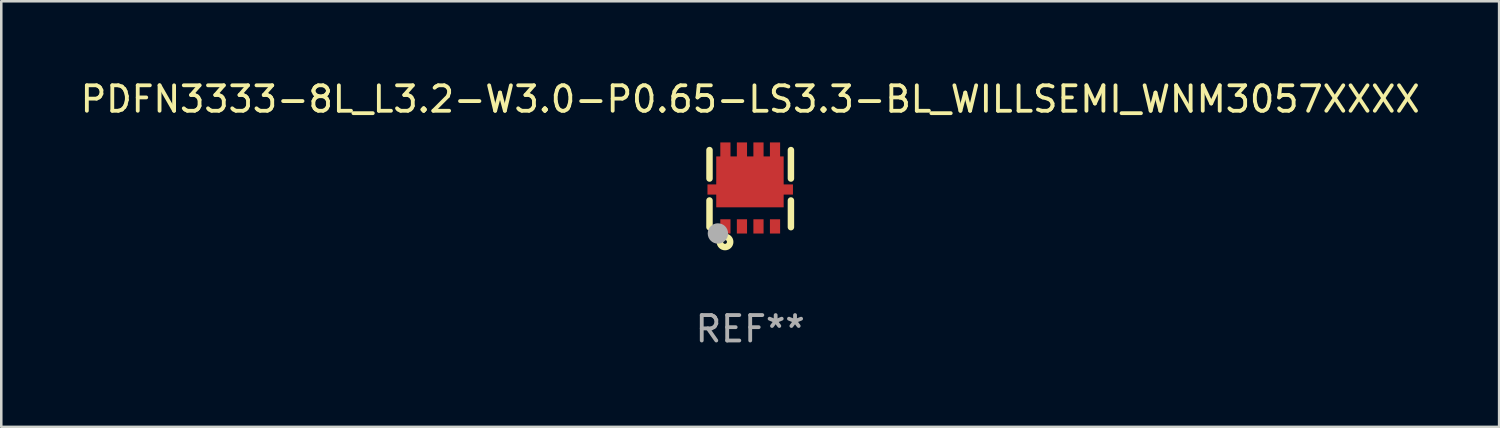
<source format=kicad_pcb>
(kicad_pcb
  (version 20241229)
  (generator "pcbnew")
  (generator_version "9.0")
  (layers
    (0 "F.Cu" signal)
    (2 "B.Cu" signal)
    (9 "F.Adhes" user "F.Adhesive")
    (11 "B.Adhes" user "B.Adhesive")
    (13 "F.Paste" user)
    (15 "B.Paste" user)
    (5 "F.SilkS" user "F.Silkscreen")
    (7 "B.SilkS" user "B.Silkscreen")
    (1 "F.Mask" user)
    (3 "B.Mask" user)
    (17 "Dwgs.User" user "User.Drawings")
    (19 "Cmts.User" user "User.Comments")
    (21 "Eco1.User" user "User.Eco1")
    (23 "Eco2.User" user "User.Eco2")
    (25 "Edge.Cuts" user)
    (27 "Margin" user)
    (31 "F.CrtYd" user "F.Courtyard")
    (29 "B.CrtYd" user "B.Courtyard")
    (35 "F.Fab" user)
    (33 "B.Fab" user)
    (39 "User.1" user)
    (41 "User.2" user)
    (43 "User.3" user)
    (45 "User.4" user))
  (footprint "PDFN3333-8L_L3.2-W3.0-P0.65-LS3.3-BL_WILLSEMI_WNM3057XXXX"
    (layer "F.Cu")
    (at 26.435 4.348)
    (property "Reference" "PDFN3333-8L_L3.2-W3.0-P0.65-LS3.3-BL_WILLSEMI_WNM3057XXXX" (at -0.000025 -3.5 0) (layer "F.SilkS") (effects (font (size 1 1) (thickness 0.15))))
    (attr smd)
    (fp_line (start -1.6 -1.5) (end -1.6 -0.381) (stroke (width 0.254) (type solid)) (layer "F.SilkS"))
    (fp_line (start -1.6 0.481) (end -1.6 1.53) (stroke (width 0.254) (type solid)) (layer "F.SilkS"))
    (fp_line (start 1.6 -1.5) (end 1.6 -0.381) (stroke (width 0.254) (type solid)) (layer "F.SilkS"))
    (fp_line (start 1.6 0.481) (end 1.6 1.53) (stroke (width 0.254) (type solid)) (layer "F.SilkS"))
    (fp_circle (center -1.575 1.65) (end -1.545 1.65) (stroke (width 0.06) (type solid)) (fill no) (layer "F.SilkS"))
    (fp_circle (center -0.99 2.11) (end -0.914 2.11) (stroke (width 0.254) (type solid)) (fill no) (layer "F.SilkS"))
    (fp_circle (center -1.27 1.778) (end -1.07 1.778) (stroke (width 0.4) (type solid)) (fill no) (layer "F.Fab"))
    (fp_text user "REF**" (at -0.000025 5.53 0) (layer "F.Fab") (effects (font (size 1 1) (thickness 0.15))))
    (pad "1" smd rect (at -0.975 1.5) (size 0.4 0.56) (layers "F.Cu" "F.Mask" "F.Paste"))
    (pad "2" smd rect (at -0.325 1.5) (size 0.4 0.56) (layers "F.Cu" "F.Mask" "F.Paste"))
    (pad "3" smd rect (at 0.325 1.5) (size 0.4 0.56) (layers "F.Cu" "F.Mask" "F.Paste"))
    (pad "4" smd rect (at 0.975 1.5) (size 0.4 0.56) (layers "F.Cu" "F.Mask" "F.Paste"))
    (pad "5" smd rect (at 0.975 -1.5) (size 0.4 0.6) (layers "F.Cu" "F.Mask" "F.Paste"))
    (pad "6" smd rect (at 0.325 -1.5) (size 0.4 0.6) (layers "F.Cu" "F.Mask" "F.Paste"))
    (pad "7" smd rect (at -0.325 -1.5) (size 0.4 0.6) (layers "F.Cu" "F.Mask" "F.Paste"))
    (pad "8" smd rect (at -0.975 -1.5) (size 0.4 0.6) (layers "F.Cu" "F.Mask" "F.Paste"))
    (pad "9" smd rect (at -1.4 0.05 90) (size 0.4 0.56) (layers "F.Cu" "F.Mask" "F.Paste"))
    (pad "9" smd rect (at -0.01 -0.25) (size 2.65 2) (layers "F.Cu" "F.Mask" "F.Paste"))
    (pad "9" smd rect (at 1.4 0.05 90) (size 0.4 0.56) (layers "F.Cu" "F.Mask" "F.Paste")))
  (gr_rect
    (start -3 -3)
    (end 55.869 13.727)
    (stroke (width 0.1) (type default))
    (fill no)
    (layer "Edge.Cuts")))
</source>
